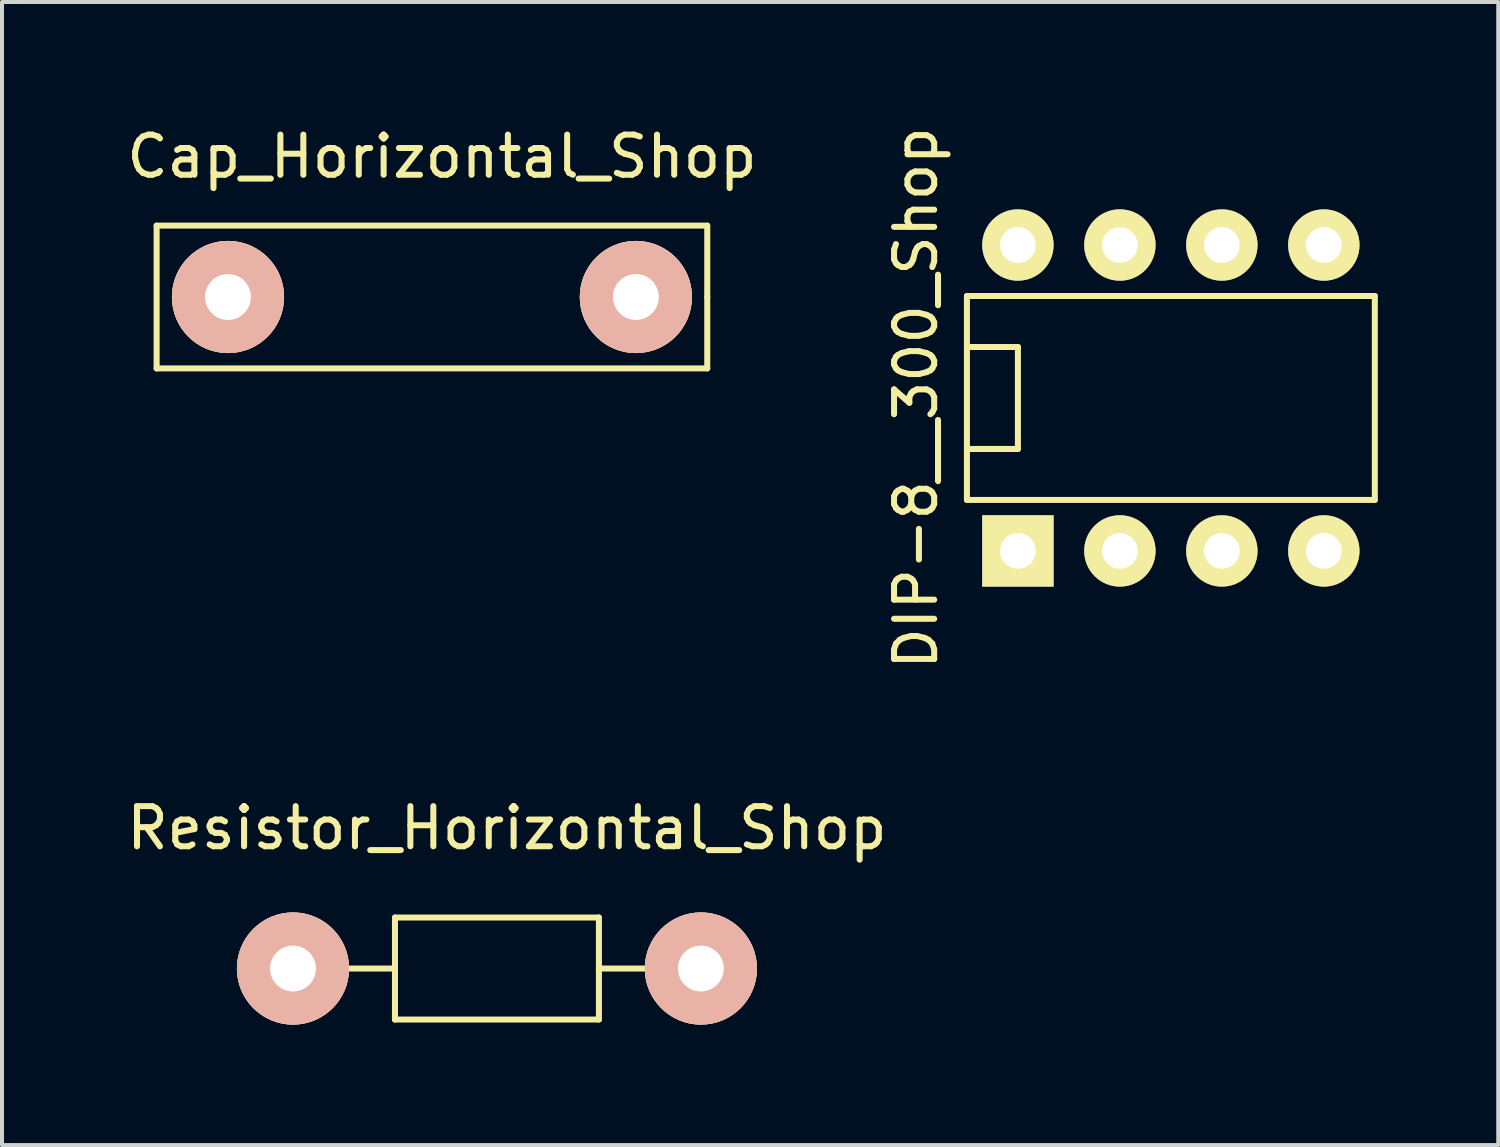
<source format=kicad_pcb>
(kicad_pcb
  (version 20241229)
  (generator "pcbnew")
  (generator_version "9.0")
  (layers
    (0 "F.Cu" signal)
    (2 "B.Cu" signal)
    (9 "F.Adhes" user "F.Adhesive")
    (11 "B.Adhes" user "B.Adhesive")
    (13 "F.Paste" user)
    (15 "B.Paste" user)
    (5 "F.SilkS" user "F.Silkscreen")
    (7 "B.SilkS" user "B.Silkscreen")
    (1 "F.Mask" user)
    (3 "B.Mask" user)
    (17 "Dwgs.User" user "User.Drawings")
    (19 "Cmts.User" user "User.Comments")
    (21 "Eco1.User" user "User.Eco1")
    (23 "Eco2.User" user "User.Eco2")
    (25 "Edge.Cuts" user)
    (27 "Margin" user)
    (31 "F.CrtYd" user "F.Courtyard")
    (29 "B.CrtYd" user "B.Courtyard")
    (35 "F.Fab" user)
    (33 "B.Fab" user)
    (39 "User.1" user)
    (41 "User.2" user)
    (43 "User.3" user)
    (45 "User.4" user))
  (footprint "DIP-8__300_Shop"
    (layer "F.Cu")
    (at 26.115 6.863)
    (property "Reference" "DIP-8__300_Shop" (at -6.35 0 90) (layer "F.SilkS") (effects (font (size 1 1) (thickness 0.15))))
    (attr through_hole)
    (fp_line (start -5.08 -2.54) (end 5.08 -2.54) (stroke (width 0.15) (type solid)) (layer "F.SilkS"))
    (fp_line (start -5.08 -1.27) (end -3.81 -1.27) (stroke (width 0.15) (type solid)) (layer "F.SilkS"))
    (fp_line (start -5.08 2.54) (end -5.08 -2.54) (stroke (width 0.15) (type solid)) (layer "F.SilkS"))
    (fp_line (start -3.81 -1.27) (end -3.81 1.27) (stroke (width 0.15) (type solid)) (layer "F.SilkS"))
    (fp_line (start -3.81 1.27) (end -5.08 1.27) (stroke (width 0.15) (type solid)) (layer "F.SilkS"))
    (fp_line (start 5.08 -2.54) (end 5.08 2.54) (stroke (width 0.15) (type solid)) (layer "F.SilkS"))
    (fp_line (start 5.08 2.54) (end -5.08 2.54) (stroke (width 0.15) (type solid)) (layer "F.SilkS"))
    (pad "1" thru_hole rect (at -3.81 3.81) (size 1.778 1.778) (drill 0.889) (layers "*.Cu" "*.Mask" "F.SilkS"))
    (pad "2" thru_hole circle (at -1.27 3.81) (size 1.778 1.778) (drill 0.889) (layers "*.Cu" "*.Mask" "F.SilkS"))
    (pad "3" thru_hole circle (at 1.27 3.81) (size 1.778 1.778) (drill 0.889) (layers "*.Cu" "*.Mask" "F.SilkS"))
    (pad "4" thru_hole circle (at 3.81 3.81) (size 1.778 1.778) (drill 0.889) (layers "*.Cu" "*.Mask" "F.SilkS"))
    (pad "5" thru_hole circle (at 3.81 -3.81) (size 1.778 1.778) (drill 0.889) (layers "*.Cu" "*.Mask" "F.SilkS"))
    (pad "6" thru_hole circle (at 1.27 -3.81) (size 1.778 1.778) (drill 0.889) (layers "*.Cu" "*.Mask" "F.SilkS"))
    (pad "7" thru_hole circle (at -1.27 -3.81) (size 1.778 1.778) (drill 0.889) (layers "*.Cu" "*.Mask" "F.SilkS"))
    (pad "8" thru_hole circle (at -3.81 -3.81) (size 1.778 1.778) (drill 0.889) (layers "*.Cu" "*.Mask" "F.SilkS")))
  (footprint "Cap_Horizontal_Shop"
    (layer "F.Cu")
    (at 7.709 4.348)
    (property "Reference" "Cap_Horizontal_Shop" (at 0.249 -3.5 0) (layer "F.SilkS") (effects (font (size 1 1) (thickness 0.15))))
    (attr through_hole)
    (fp_line (start -6.858 -1.778) (end -6.858 1.778) (stroke (width 0.15) (type solid)) (layer "F.SilkS"))
    (fp_line (start -6.858 1.778) (end 6.858 1.778) (stroke (width 0.15) (type solid)) (layer "F.SilkS"))
    (fp_line (start 6.858 -1.778) (end -6.858 -1.778) (stroke (width 0.15) (type solid)) (layer "F.SilkS"))
    (fp_line (start 6.858 0) (end 6.858 -1.778) (stroke (width 0.15) (type solid)) (layer "F.SilkS"))
    (fp_line (start 6.858 1.778) (end 6.858 0) (stroke (width 0.15) (type solid)) (layer "F.SilkS"))
    (pad "1" thru_hole circle (at -5.08 0) (size 2.794 2.794) (drill 1.143) (layers "*.Cu" "*.SilkS" "*.Mask"))
    (pad "2" thru_hole circle (at 5.08 0) (size 2.794 2.794) (drill 1.143) (layers "*.Cu" "*.SilkS" "*.Mask")))
  (footprint "Resistor_Horizontal_Shop"
    (layer "F.Cu")
    (at 9.328 21.075)
    (property "Reference" "Resistor_Horizontal_Shop" (at 0.249 -3.5 0) (layer "F.SilkS") (effects (font (size 1 1) (thickness 0.15))))
    (attr through_hole)
    (fp_line (start -2.54 -1.27) (end 2.54 -1.27) (stroke (width 0.15) (type solid)) (layer "F.SilkS"))
    (fp_line (start -2.54 0) (end -3.81 0) (stroke (width 0.15) (type solid)) (layer "F.SilkS"))
    (fp_line (start -2.54 1.27) (end -2.54 -1.27) (stroke (width 0.15) (type solid)) (layer "F.SilkS"))
    (fp_line (start 2.54 -1.27) (end 2.54 1.27) (stroke (width 0.15) (type solid)) (layer "F.SilkS"))
    (fp_line (start 2.54 0) (end 3.81 0) (stroke (width 0.15) (type solid)) (layer "F.SilkS"))
    (fp_line (start 2.54 1.27) (end -2.54 1.27) (stroke (width 0.15) (type solid)) (layer "F.SilkS"))
    (pad "1" thru_hole circle (at -5.08 0) (size 2.794 2.794) (drill 1.143) (layers "*.Cu" "*.SilkS" "*.Mask"))
    (pad "2" thru_hole circle (at 5.08 0) (size 2.794 2.794) (drill 1.143) (layers "*.Cu" "*.SilkS" "*.Mask")))
  (gr_rect
    (start -3 -3)
    (end 34.27 25.472)
    (stroke (width 0.1) (type default))
    (fill no)
    (layer "Edge.Cuts")))
</source>
